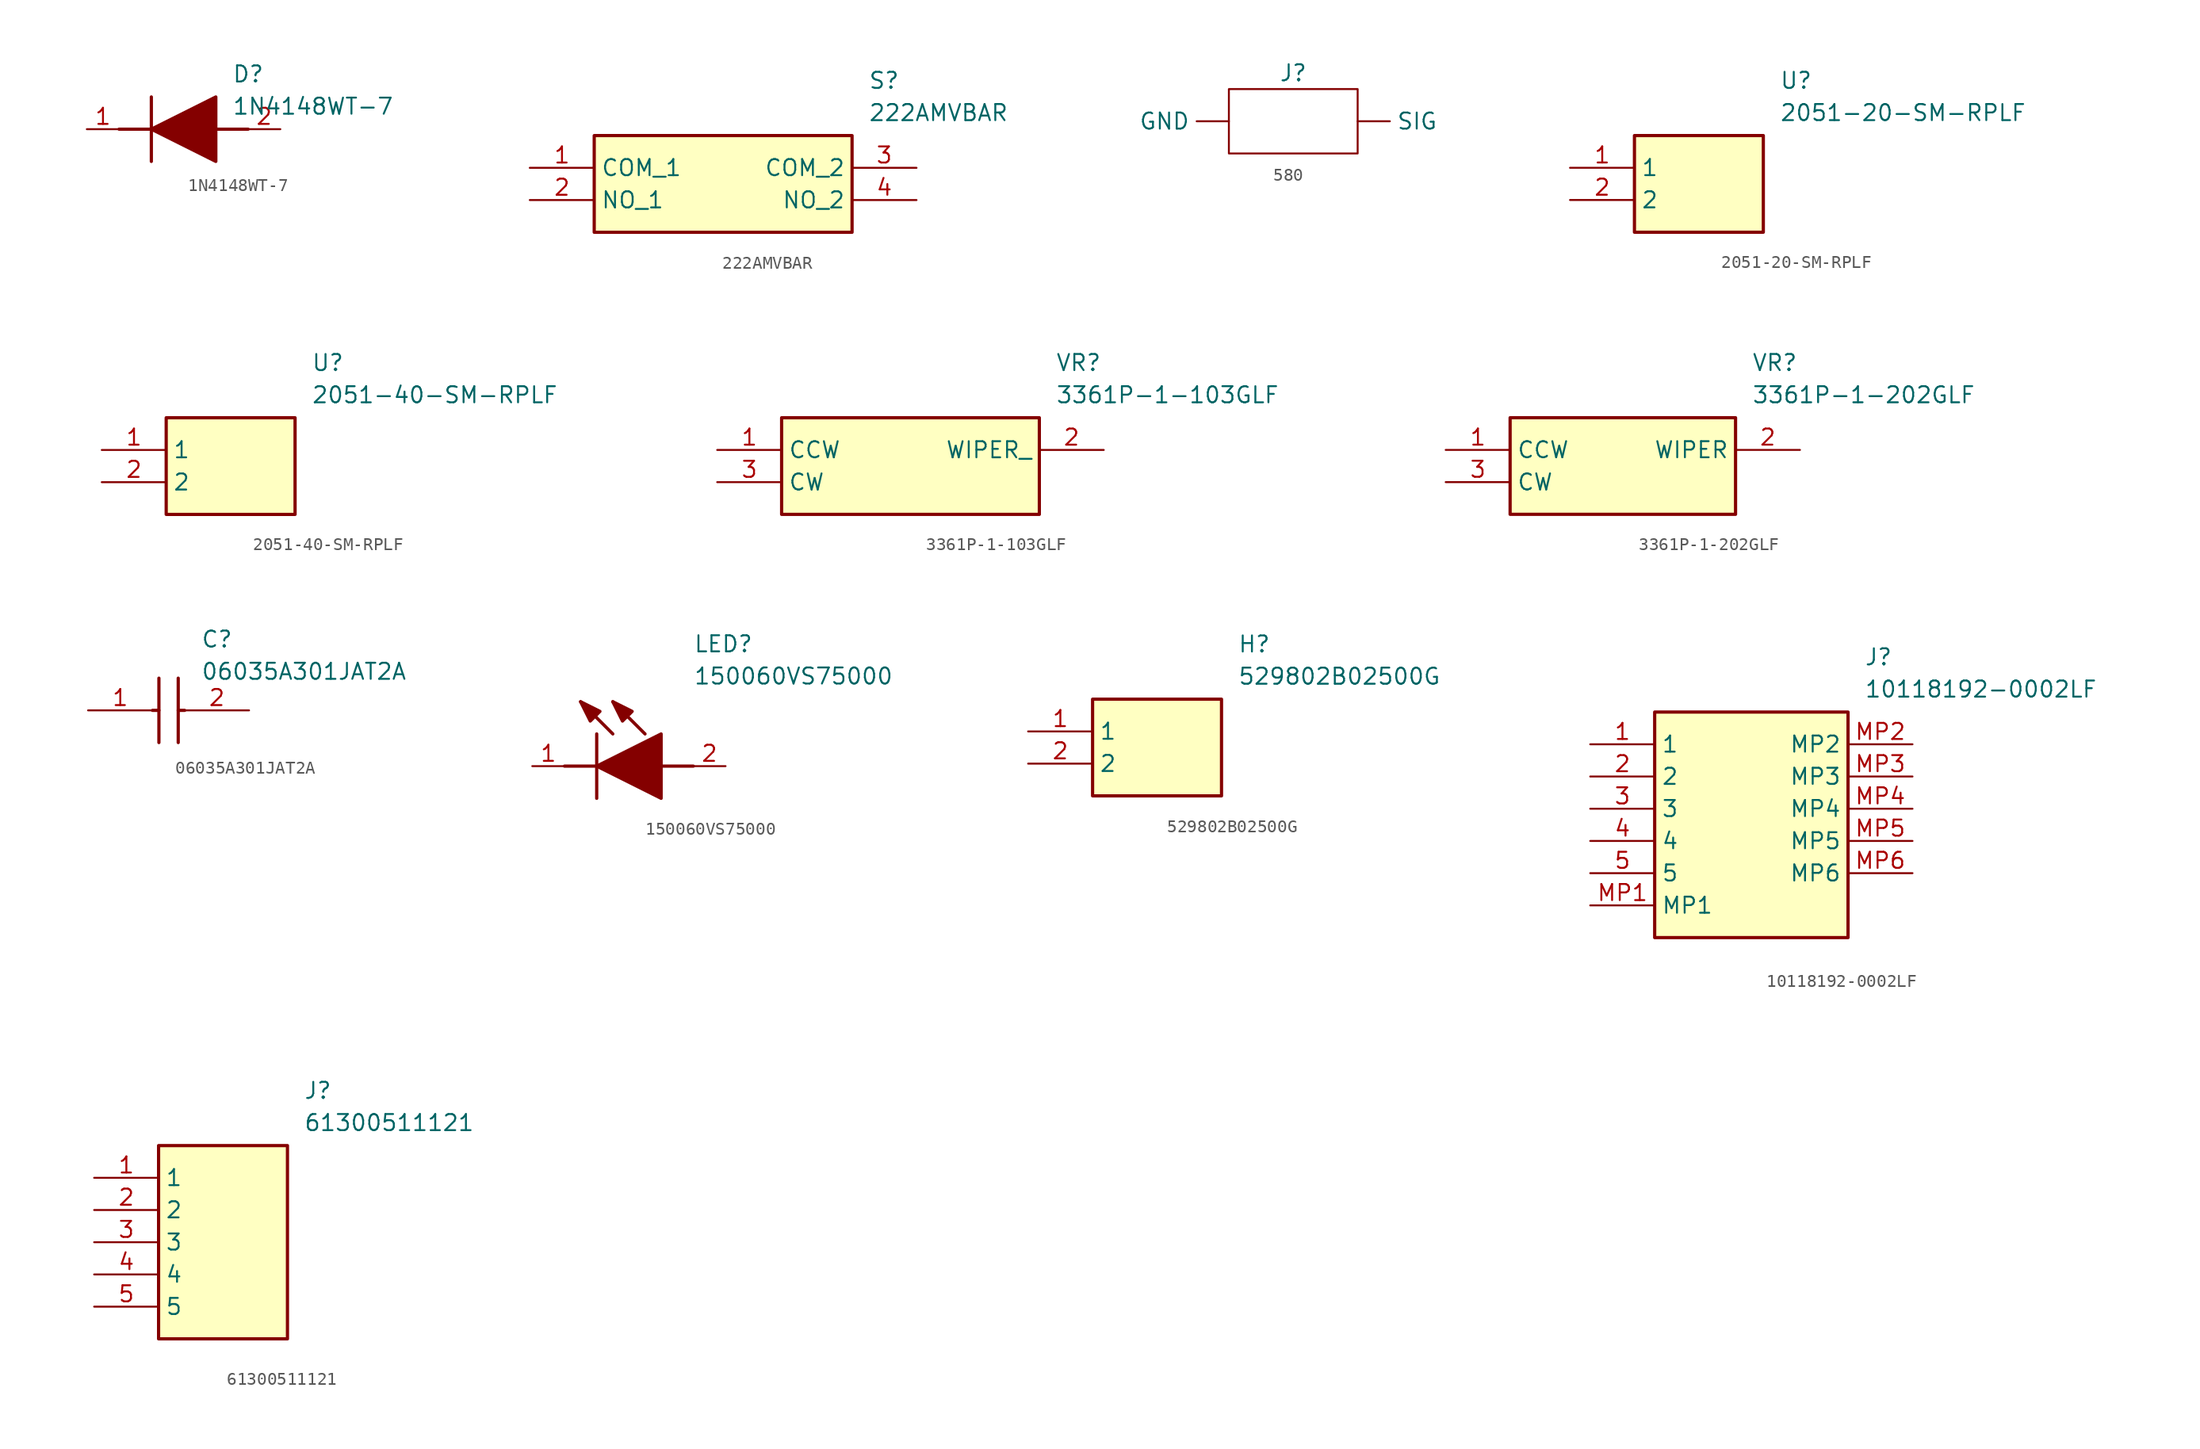
<source format=kicad_sym>
(kicad_symbol_lib
  (version 20231120)
  (generator "kicad_symbol_editor")
  (generator_version "8.0")
  (symbol "1N4148WT-7"
    (pin_names hide)
    (property "Reference" "D"
      (at 11.43 5.08 0)
      (effects (font (size 1.27 1.27)) (justify left top)))
    (property "Value" "1N4148WT-7"
      (at 11.43 2.54 0)
      (effects (font (size 1.27 1.27)) (justify left top)))
    (symbol "1N4148WT-7_1_1"
      (polyline (pts (xy 2.54 0) (xy 5.08 0)) (stroke (width 0.254) (type default)) (fill (type none)))
      (polyline (pts (xy 5.08 2.54) (xy 5.08 -2.54)) (stroke (width 0.254) (type default)) (fill (type none)))
      (polyline (pts (xy 10.16 0) (xy 12.7 0)) (stroke (width 0.254) (type default)) (fill (type none)))
      (polyline (pts (xy 5.08 0) (xy 10.16 2.54) (xy 10.16 -2.54) (xy 5.08 0)) (stroke (width 0.254) (type default)) (fill (type outline)))
      (pin passive line (at 0 0 0) (length 2.54) (name "K" (effects (font (size 1.27 1.27)))) (number "1" (effects (font (size 1.27 1.27)))))
      (pin passive line (at 15.24 0 180) (length 2.54) (name "A" (effects (font (size 1.27 1.27)))) (number "2" (effects (font (size 1.27 1.27)))))))
  (symbol "222AMVBAR"
    (property "Reference" "S"
      (at 26.67 7.62 0)
      (effects (font (size 1.27 1.27)) (justify left top)))
    (property "Value" "222AMVBAR"
      (at 26.67 5.08 0)
      (effects (font (size 1.27 1.27)) (justify left top)))
    (symbol "222AMVBAR_1_1"
      (rectangle (start 5.08 2.54) (end 25.4 -5.08) (stroke (width 0.254) (type default)) (fill (type background)))
      (pin passive line (at 0 0 0) (length 5.08) (name "COM_1" (effects (font (size 1.27 1.27)))) (number "1" (effects (font (size 1.27 1.27)))))
      (pin passive line (at 0 -2.54 0) (length 5.08) (name "NO_1" (effects (font (size 1.27 1.27)))) (number "2" (effects (font (size 1.27 1.27)))))
      (pin passive line (at 30.48 0 180) (length 5.08) (name "COM_2" (effects (font (size 1.27 1.27)))) (number "3" (effects (font (size 1.27 1.27)))))
      (pin passive line (at 30.48 -2.54 180) (length 5.08) (name "NO_2" (effects (font (size 1.27 1.27)))) (number "4" (effects (font (size 1.27 1.27)))))))
  (symbol "580"
    (property "Reference" "J"
      (at 0 0 0)
      (effects (font (size 1.27 1.27))))
    (property "Value" ""
      (at 0 0 0)
      (effects (font (size 1.27 1.27))))
    (symbol "580_0_1"
      (rectangle (start -5.08 -1.27) (end 5.08 -6.35) (stroke (width 0) (type default)) (fill (type none))))
    (symbol "580_1_1"
      (pin input line (at -5.08 -3.81 180) (length 2.54) (name "GND" (effects (font (size 1.27 1.27)))) (number "" (effects (font (size 1.27 1.27)))))
      (pin input line (at 5.08 -3.81 0) (length 2.54) (name "SIG" (effects (font (size 1.27 1.27)))) (number "" (effects (font (size 1.27 1.27)))))))
  (symbol "2051-20-SM-RPLF"
    (property "Reference" "U"
      (at 16.51 7.62 0)
      (effects (font (size 1.27 1.27)) (justify left top)))
    (property "Value" "2051-20-SM-RPLF"
      (at 16.51 5.08 0)
      (effects (font (size 1.27 1.27)) (justify left top)))
    (symbol "2051-20-SM-RPLF_1_1"
      (rectangle (start 5.08 2.54) (end 15.24 -5.08) (stroke (width 0.254) (type default)) (fill (type background)))
      (pin passive line (at 0 0 0) (length 5.08) (name "1" (effects (font (size 1.27 1.27)))) (number "1" (effects (font (size 1.27 1.27)))))
      (pin passive line (at 0 -2.54 0) (length 5.08) (name "2" (effects (font (size 1.27 1.27)))) (number "2" (effects (font (size 1.27 1.27)))))))
  (symbol "2051-40-SM-RPLF"
    (property "Reference" "U"
      (at 16.51 7.62 0)
      (effects (font (size 1.27 1.27)) (justify left top)))
    (property "Value" "2051-40-SM-RPLF"
      (at 16.51 5.08 0)
      (effects (font (size 1.27 1.27)) (justify left top)))
    (symbol "2051-40-SM-RPLF_1_1"
      (rectangle (start 5.08 2.54) (end 15.24 -5.08) (stroke (width 0.254) (type default)) (fill (type background)))
      (pin passive line (at 0 0 0) (length 5.08) (name "1" (effects (font (size 1.27 1.27)))) (number "1" (effects (font (size 1.27 1.27)))))
      (pin passive line (at 0 -2.54 0) (length 5.08) (name "2" (effects (font (size 1.27 1.27)))) (number "2" (effects (font (size 1.27 1.27)))))))
  (symbol "3361P-1-103GLF"
    (property "Reference" "VR"
      (at 26.67 7.62 0)
      (effects (font (size 1.27 1.27)) (justify left top)))
    (property "Value" "3361P-1-103GLF"
      (at 26.67 5.08 0)
      (effects (font (size 1.27 1.27)) (justify left top)))
    (symbol "3361P-1-103GLF_1_1"
      (rectangle (start 5.08 2.54) (end 25.4 -5.08) (stroke (width 0.254) (type default)) (fill (type background)))
      (pin passive line (at 0 0 0) (length 5.08) (name "CCW" (effects (font (size 1.27 1.27)))) (number "1" (effects (font (size 1.27 1.27)))))
      (pin passive line (at 30.48 0 180) (length 5.08) (name "WIPER_" (effects (font (size 1.27 1.27)))) (number "2" (effects (font (size 1.27 1.27)))))
      (pin passive line (at 0 -2.54 0) (length 5.08) (name "CW" (effects (font (size 1.27 1.27)))) (number "3" (effects (font (size 1.27 1.27)))))))
  (symbol "3361P-1-202GLF"
    (property "Reference" "VR"
      (at 24.13 7.62 0)
      (effects (font (size 1.27 1.27)) (justify left top)))
    (property "Value" "3361P-1-202GLF"
      (at 24.13 5.08 0)
      (effects (font (size 1.27 1.27)) (justify left top)))
    (symbol "3361P-1-202GLF_1_1"
      (rectangle (start 5.08 2.54) (end 22.86 -5.08) (stroke (width 0.254) (type default)) (fill (type background)))
      (pin passive line (at 0 0 0) (length 5.08) (name "CCW" (effects (font (size 1.27 1.27)))) (number "1" (effects (font (size 1.27 1.27)))))
      (pin passive line (at 27.94 0 180) (length 5.08) (name "WIPER" (effects (font (size 1.27 1.27)))) (number "2" (effects (font (size 1.27 1.27)))))
      (pin passive line (at 0 -2.54 0) (length 5.08) (name "CW" (effects (font (size 1.27 1.27)))) (number "3" (effects (font (size 1.27 1.27)))))))
  (symbol "06035A301JAT2A"
    (pin_names hide)
    (property "Reference" "C"
      (at 8.89 6.35 0)
      (effects (font (size 1.27 1.27)) (justify left top)))
    (property "Value" "06035A301JAT2A"
      (at 8.89 3.81 0)
      (effects (font (size 1.27 1.27)) (justify left top)))
    (symbol "06035A301JAT2A_1_1"
      (polyline (pts (xy 5.08 0) (xy 5.588 0)) (stroke (width 0.254) (type default)) (fill (type none)))
      (polyline (pts (xy 5.588 2.54) (xy 5.588 -2.54)) (stroke (width 0.254) (type default)) (fill (type none)))
      (polyline (pts (xy 7.112 0) (xy 7.62 0)) (stroke (width 0.254) (type default)) (fill (type none)))
      (polyline (pts (xy 7.112 2.54) (xy 7.112 -2.54)) (stroke (width 0.254) (type default)) (fill (type none)))
      (pin passive line (at 0 0 0) (length 5.08) (name "1" (effects (font (size 1.27 1.27)))) (number "1" (effects (font (size 1.27 1.27)))))
      (pin passive line (at 12.7 0 180) (length 5.08) (name "2" (effects (font (size 1.27 1.27)))) (number "2" (effects (font (size 1.27 1.27)))))))
  (symbol "150060VS75000"
    (pin_names hide)
    (property "Reference" "LED"
      (at 12.7 8.89 0)
      (effects (font (size 1.27 1.27)) (justify left bottom)))
    (property "Value" "150060VS75000"
      (at 12.7 6.35 0)
      (effects (font (size 1.27 1.27)) (justify left bottom)))
    (symbol "150060VS75000_1_1"
      (polyline (pts (xy 2.54 0) (xy 5.08 0)) (stroke (width 0.254) (type default)) (fill (type none)))
      (polyline (pts (xy 5.08 2.54) (xy 5.08 -2.54)) (stroke (width 0.254) (type default)) (fill (type none)))
      (polyline (pts (xy 6.35 2.54) (xy 3.81 5.08)) (stroke (width 0.254) (type default)) (fill (type none)))
      (polyline (pts (xy 8.89 2.54) (xy 6.35 5.08)) (stroke (width 0.254) (type default)) (fill (type none)))
      (polyline (pts (xy 10.16 0) (xy 12.7 0)) (stroke (width 0.254) (type default)) (fill (type none)))
      (polyline (pts (xy 5.08 0) (xy 10.16 2.54) (xy 10.16 -2.54) (xy 5.08 0)) (stroke (width 0.254) (type default)) (fill (type outline)))
      (polyline (pts (xy 5.334 4.318) (xy 4.572 3.556) (xy 3.81 5.08) (xy 5.334 4.318)) (stroke (width 0.254) (type default)) (fill (type outline)))
      (polyline (pts (xy 7.874 4.318) (xy 7.112 3.556) (xy 6.35 5.08) (xy 7.874 4.318)) (stroke (width 0.254) (type default)) (fill (type outline)))
      (pin passive line (at 0 0 0) (length 2.54) (name "K" (effects (font (size 1.27 1.27)))) (number "1" (effects (font (size 1.27 1.27)))))
      (pin passive line (at 15.24 0 180) (length 2.54) (name "A" (effects (font (size 1.27 1.27)))) (number "2" (effects (font (size 1.27 1.27)))))))
  (symbol "529802B02500G"
    (property "Reference" "H"
      (at 16.51 7.62 0)
      (effects (font (size 1.27 1.27)) (justify left top)))
    (property "Value" "529802B02500G"
      (at 16.51 5.08 0)
      (effects (font (size 1.27 1.27)) (justify left top)))
    (symbol "529802B02500G_1_1"
      (rectangle (start 5.08 2.54) (end 15.24 -5.08) (stroke (width 0.254) (type default)) (fill (type background)))
      (pin passive line (at 0 0 0) (length 5.08) (name "1" (effects (font (size 1.27 1.27)))) (number "1" (effects (font (size 1.27 1.27)))))
      (pin passive line (at 0 -2.54 0) (length 5.08) (name "2" (effects (font (size 1.27 1.27)))) (number "2" (effects (font (size 1.27 1.27)))))))
  (symbol "10118192-0002LF"
    (property "Reference" "J"
      (at 21.59 7.62 0)
      (effects (font (size 1.27 1.27)) (justify left top)))
    (property "Value" "10118192-0002LF"
      (at 21.59 5.08 0)
      (effects (font (size 1.27 1.27)) (justify left top)))
    (symbol "10118192-0002LF_1_1"
      (rectangle (start 5.08 2.54) (end 20.32 -15.24) (stroke (width 0.254) (type default)) (fill (type background)))
      (pin passive line (at 0 0 0) (length 5.08) (name "1" (effects (font (size 1.27 1.27)))) (number "1" (effects (font (size 1.27 1.27)))))
      (pin passive line (at 0 -2.54 0) (length 5.08) (name "2" (effects (font (size 1.27 1.27)))) (number "2" (effects (font (size 1.27 1.27)))))
      (pin passive line (at 0 -5.08 0) (length 5.08) (name "3" (effects (font (size 1.27 1.27)))) (number "3" (effects (font (size 1.27 1.27)))))
      (pin passive line (at 0 -7.62 0) (length 5.08) (name "4" (effects (font (size 1.27 1.27)))) (number "4" (effects (font (size 1.27 1.27)))))
      (pin passive line (at 0 -10.16 0) (length 5.08) (name "5" (effects (font (size 1.27 1.27)))) (number "5" (effects (font (size 1.27 1.27)))))
      (pin passive line (at 0 -12.7 0) (length 5.08) (name "MP1" (effects (font (size 1.27 1.27)))) (number "MP1" (effects (font (size 1.27 1.27)))))
      (pin passive line (at 25.4 0 180) (length 5.08) (name "MP2" (effects (font (size 1.27 1.27)))) (number "MP2" (effects (font (size 1.27 1.27)))))
      (pin passive line (at 25.4 -2.54 180) (length 5.08) (name "MP3" (effects (font (size 1.27 1.27)))) (number "MP3" (effects (font (size 1.27 1.27)))))
      (pin passive line (at 25.4 -5.08 180) (length 5.08) (name "MP4" (effects (font (size 1.27 1.27)))) (number "MP4" (effects (font (size 1.27 1.27)))))
      (pin passive line (at 25.4 -7.62 180) (length 5.08) (name "MP5" (effects (font (size 1.27 1.27)))) (number "MP5" (effects (font (size 1.27 1.27)))))
      (pin passive line (at 25.4 -10.16 180) (length 5.08) (name "MP6" (effects (font (size 1.27 1.27)))) (number "MP6" (effects (font (size 1.27 1.27)))))))
  (symbol "61300511121"
    (property "Reference" "J"
      (at 16.51 7.62 0)
      (effects (font (size 1.27 1.27)) (justify left top)))
    (property "Value" "61300511121"
      (at 16.51 5.08 0)
      (effects (font (size 1.27 1.27)) (justify left top)))
    (symbol "61300511121_1_1"
      (rectangle (start 5.08 2.54) (end 15.24 -12.7) (stroke (width 0.254) (type default)) (fill (type background)))
      (pin passive line (at 0 0 0) (length 5.08) (name "1" (effects (font (size 1.27 1.27)))) (number "1" (effects (font (size 1.27 1.27)))))
      (pin passive line (at 0 -2.54 0) (length 5.08) (name "2" (effects (font (size 1.27 1.27)))) (number "2" (effects (font (size 1.27 1.27)))))
      (pin passive line (at 0 -5.08 0) (length 5.08) (name "3" (effects (font (size 1.27 1.27)))) (number "3" (effects (font (size 1.27 1.27)))))
      (pin passive line (at 0 -7.62 0) (length 5.08) (name "4" (effects (font (size 1.27 1.27)))) (number "4" (effects (font (size 1.27 1.27)))))
      (pin passive line (at 0 -10.16 0) (length 5.08) (name "5" (effects (font (size 1.27 1.27)))) (number "5" (effects (font (size 1.27 1.27))))))))
</source>
